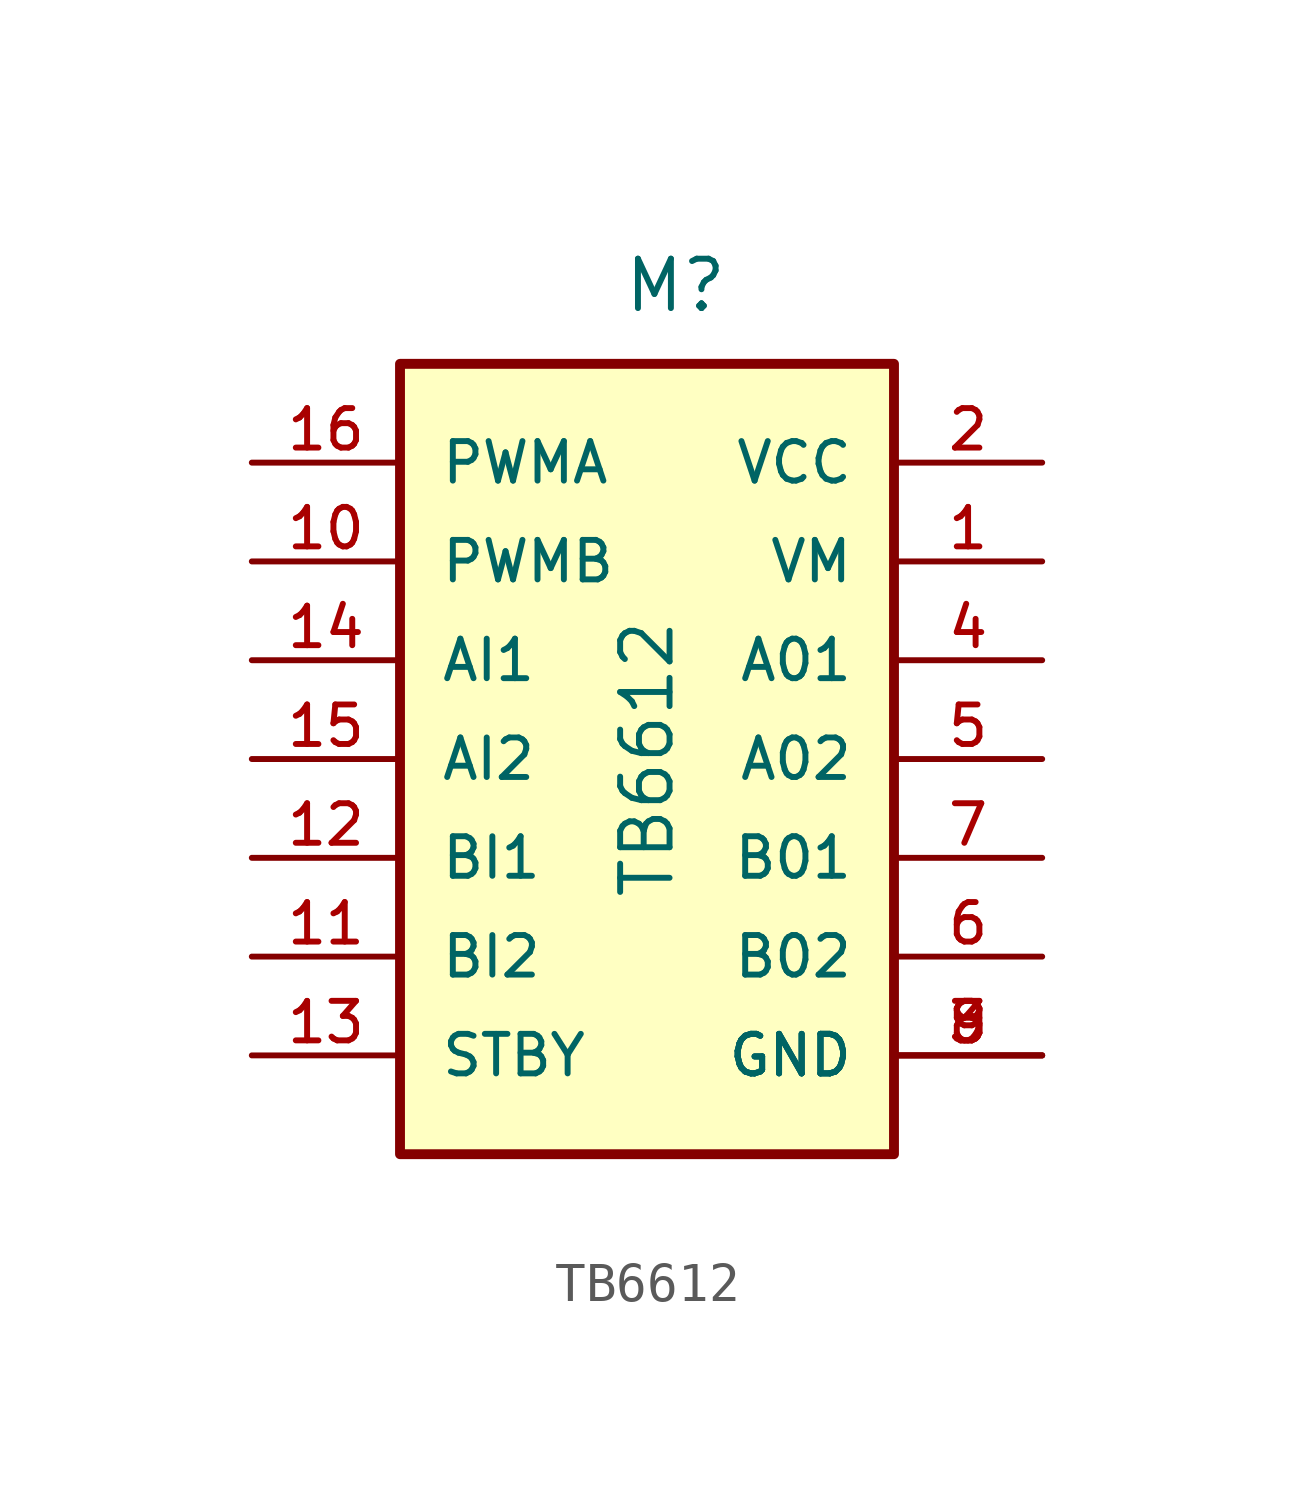
<source format=kicad_sym>
(kicad_symbol_lib
  (version 20231120)
  (generator "kicad_symbol_editor")
  (generator_version "8.0")
  (symbol "TB6612"
    (pin_names
      (offset 1.016))
    (property "Reference" "M"
      (at -0.635 11.43 0)
      (effects (font (size 1.27 1.27)) (justify left bottom)))
    (property "Value" "TB6612"
      (at 0 0 90)
      (do_not_autoplace)
      (effects (font (size 1.27 1.27))))
    (symbol "TB6612_0_0"
      (rectangle (start -6.35 10.16) (end 6.35 -10.16) (stroke (width 0.254) (type default)) (fill (type background)))
      (pin power_in line (at 10.16 5.08 180) (length 3.81) (name "VM" (effects (font (size 1.016 1.016)))) (number "1" (effects (font (size 1.016 1.016)))))
      (pin input line (at -10.16 5.08 0) (length 3.81) (name "PWMB" (effects (font (size 1.016 1.016)))) (number "10" (effects (font (size 1.016 1.016)))))
      (pin input line (at -10.16 -5.08 0) (length 3.81) (name "BI2" (effects (font (size 1.016 1.016)))) (number "11" (effects (font (size 1.016 1.016)))))
      (pin input line (at -10.16 -2.54 0) (length 3.81) (name "BI1" (effects (font (size 1.016 1.016)))) (number "12" (effects (font (size 1.016 1.016)))))
      (pin input line (at -10.16 -7.62 0) (length 3.81) (name "STBY" (effects (font (size 1.016 1.016)))) (number "13" (effects (font (size 1.016 1.016)))))
      (pin input line (at -10.16 2.54 0) (length 3.81) (name "AI1" (effects (font (size 1.016 1.016)))) (number "14" (effects (font (size 1.016 1.016)))))
      (pin input line (at -10.16 0 0) (length 3.81) (name "AI2" (effects (font (size 1.016 1.016)))) (number "15" (effects (font (size 1.016 1.016)))))
      (pin input line (at -10.16 7.62 0) (length 3.81) (name "PWMA" (effects (font (size 1.016 1.016)))) (number "16" (effects (font (size 1.016 1.016)))))
      (pin power_in line (at 10.16 7.62 180) (length 3.81) (name "VCC" (effects (font (size 1.016 1.016)))) (number "2" (effects (font (size 1.016 1.016)))))
      (pin power_in line (at 10.16 -7.62 180) (length 3.81) (name "GND" (effects (font (size 1.016 1.016)))) (number "3" (effects (font (size 1.016 1.016)))))
      (pin output line (at 10.16 2.54 180) (length 3.81) (name "A01" (effects (font (size 1.016 1.016)))) (number "4" (effects (font (size 1.016 1.016)))))
      (pin output line (at 10.16 0 180) (length 3.81) (name "A02" (effects (font (size 1.016 1.016)))) (number "5" (effects (font (size 1.016 1.016)))))
      (pin output line (at 10.16 -5.08 180) (length 3.81) (name "B02" (effects (font (size 1.016 1.016)))) (number "6" (effects (font (size 1.016 1.016)))))
      (pin output line (at 10.16 -2.54 180) (length 3.81) (name "B01" (effects (font (size 1.016 1.016)))) (number "7" (effects (font (size 1.016 1.016)))))
      (pin power_in line (at 10.16 -7.62 180) (length 3.81) (name "GND" (effects (font (size 1.016 1.016)))) (number "8" (effects (font (size 1.016 1.016)))))
      (pin power_in line (at 10.16 -7.62 180) (length 3.81) (name "GND" (effects (font (size 1.016 1.016)))) (number "9" (effects (font (size 1.016 1.016))))))))
</source>
